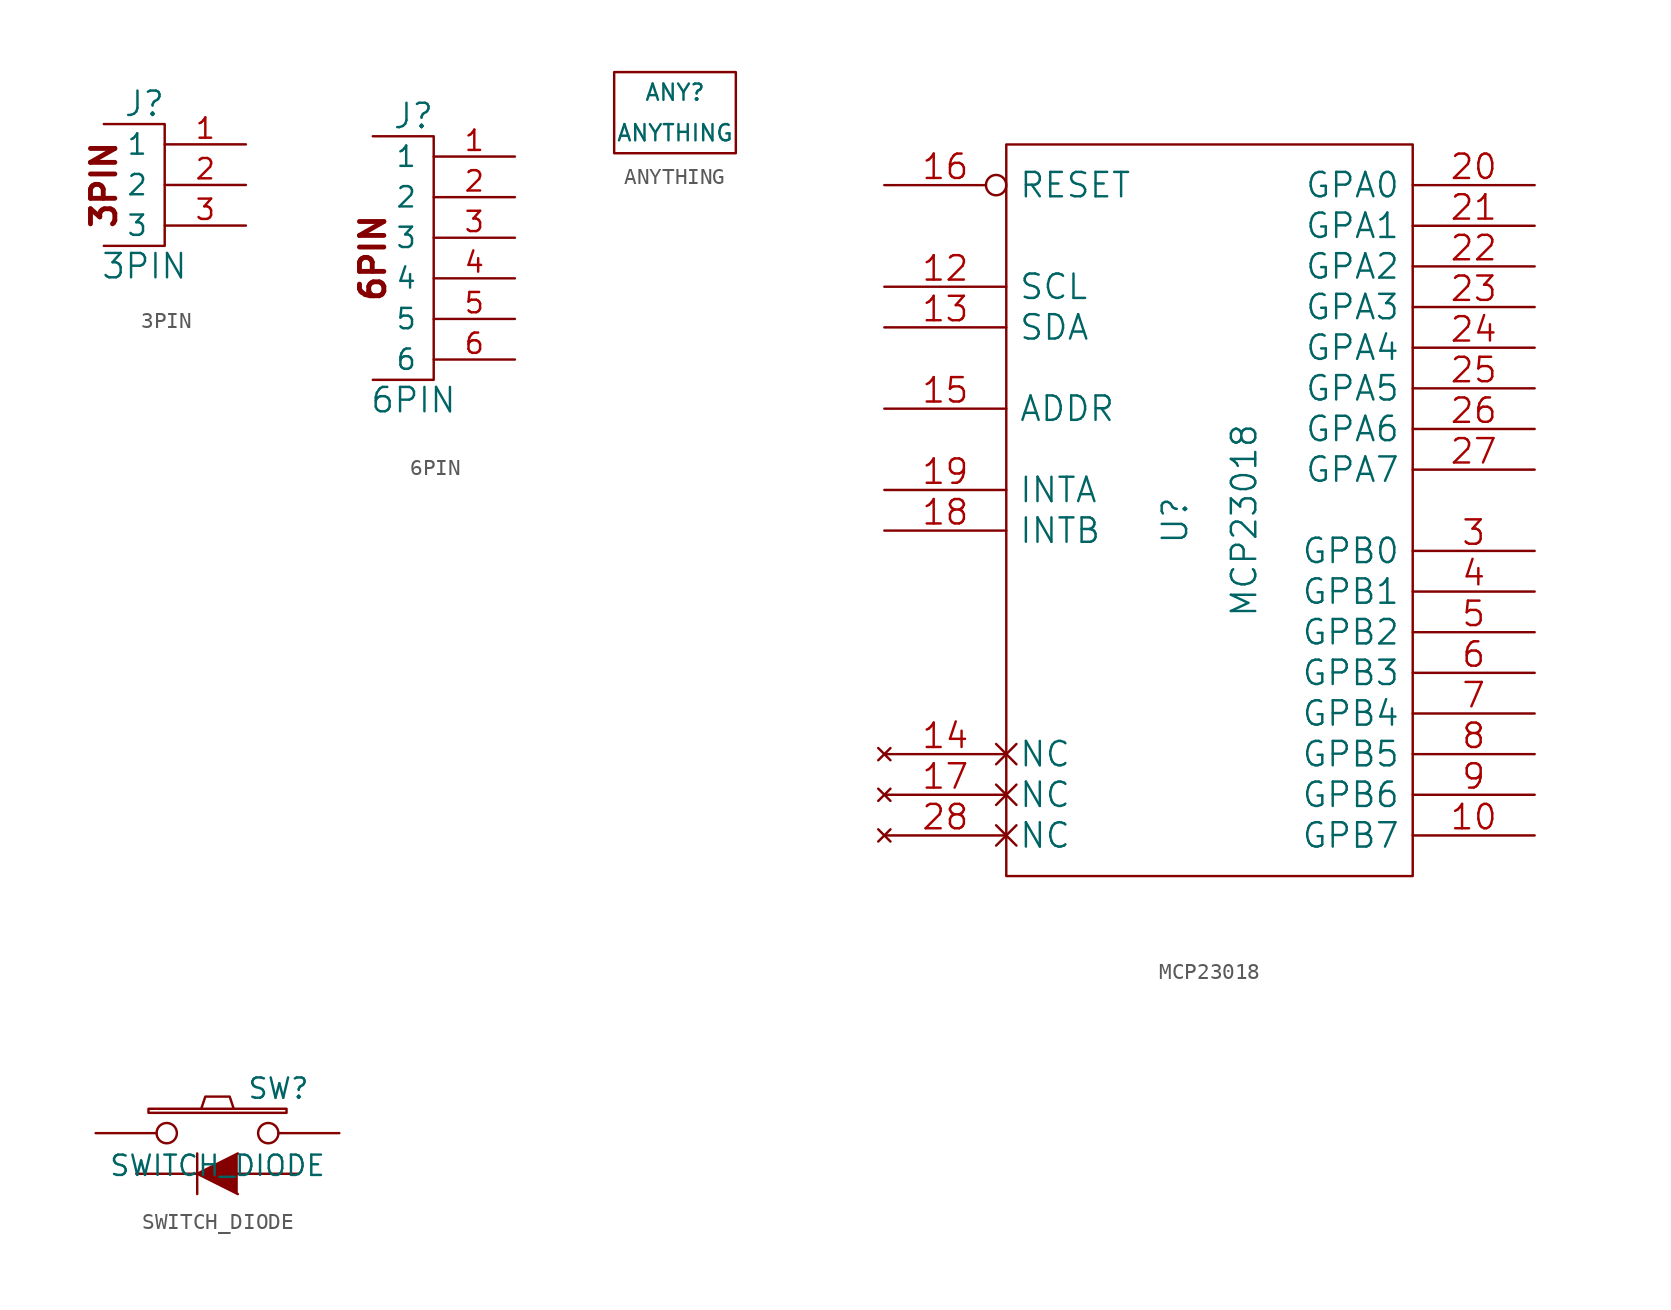
<source format=kicad_sym>
(kicad_symbol_lib
  (version 20211014)
  (generator kicad_symbol_editor)
  (symbol "3PIN"
    (pin_names
      (offset 1.016))
    (property "Reference" "J"
      (at -1.27 5.08 0)
      (effects (font (size 1.524 1.524))))
    (property "Value" "3PIN"
      (at -1.27 -5.08 0)
      (effects (font (size 1.524 1.524))))
    (symbol "3PIN_0_0"
      (text "3PIN" (at -3.81 0 900) (effects (font (size 1.524 1.524) bold))))
    (symbol "3PIN_0_1"
      (polyline (pts (xy -3.81 3.81) (xy 0 3.81) (xy 0 -3.81) (xy -3.81 -3.81)) (stroke (width 0) (type default) (color 0 0 0 0)) (fill (type none))))
    (symbol "3PIN_1_1"
      (pin input line (at 5.08 2.54 180) (length 5.08) (name "1" (effects (font (size 1.27 1.27)))) (number "1" (effects (font (size 1.27 1.27)))))
      (pin power_in line (at 5.08 0 180) (length 5.08) (name "2" (effects (font (size 1.27 1.27)))) (number "2" (effects (font (size 1.27 1.27)))))
      (pin output line (at 5.08 -2.54 180) (length 5.08) (name "3" (effects (font (size 1.27 1.27)))) (number "3" (effects (font (size 1.27 1.27)))))))
  (symbol "6PIN"
    (pin_names
      (offset 1.016))
    (property "Reference" "J"
      (at -1.27 8.89 0)
      (effects (font (size 1.524 1.524))))
    (property "Value" "6PIN"
      (at -1.27 -8.89 0)
      (effects (font (size 1.524 1.524))))
    (symbol "6PIN_0_0"
      (polyline (pts (xy -3.81 7.62) (xy 0 7.62) (xy 0 -7.62) (xy -3.81 -7.62)) (stroke (width 0) (type default) (color 0 0 0 0)) (fill (type none)))
      (text "6PIN" (at -3.81 0 900) (effects (font (size 1.524 1.524) bold))))
    (symbol "6PIN_1_1"
      (pin input line (at 5.08 6.35 180) (length 5.08) (name "1" (effects (font (size 1.27 1.27)))) (number "1" (effects (font (size 1.27 1.27)))))
      (pin power_in line (at 5.08 3.81 180) (length 5.08) (name "2" (effects (font (size 1.27 1.27)))) (number "2" (effects (font (size 1.27 1.27)))))
      (pin output line (at 5.08 1.27 180) (length 5.08) (name "3" (effects (font (size 1.27 1.27)))) (number "3" (effects (font (size 1.27 1.27)))))
      (pin power_in line (at 5.08 -1.27 180) (length 5.08) (name "4" (effects (font (size 1.27 1.27)))) (number "4" (effects (font (size 1.27 1.27)))))
      (pin input line (at 5.08 -3.81 180) (length 5.08) (name "5" (effects (font (size 1.27 1.27)))) (number "5" (effects (font (size 1.27 1.27)))))
      (pin input line (at 5.08 -6.35 180) (length 5.08) (name "6" (effects (font (size 1.27 1.27)))) (number "6" (effects (font (size 1.27 1.27)))))))
  (symbol "ANYTHING"
    (pin_numbers hide)
    (pin_names
      (offset 1.016) hide)
    (property "Reference" "ANY"
      (at 0 1.27 0)
      (effects (font (size 1.016 1.016))))
    (property "Value" "ANYTHING"
      (at 0 -1.27 0)
      (effects (font (size 1.016 1.016))))
    (symbol "ANYTHING_0_1"
      (rectangle (start -3.81 2.54) (end 3.81 -2.54) (stroke (width 0) (type default) (color 0 0 0 0)) (fill (type none))))
    (symbol "ANYTHING_1_1"
      (pin power_in line (at 0 0 90) (length 0) hide (name "GND" (effects (font (size 1.27 1.27)))) (number "0" (effects (font (size 1.27 1.27)))))))
  (symbol "MCP23018"
    (pin_names
      (offset 0.762))
    (property "Reference" "U"
      (at -1.27 -0.635 90)
      (effects (font (size 1.524 1.524)) (justify bottom)))
    (property "Value" "MCP23018"
      (at 1.27 -0.635 90)
      (effects (font (size 1.524 1.524)) (justify top)))
    (symbol "MCP23018_0_1"
      (rectangle (start -12.7 22.86) (end 12.7 -22.86) (stroke (width 0) (type default) (color 0 0 0 0)) (fill (type none))))
    (symbol "MCP23018_1_1"
      (pin power_in line (at 0 -22.86 90) (length 0) hide (name "GND" (effects (font (size 1.524 1.524)))) (number "1" (effects (font (size 1.524 1.524)))))
      (pin input line (at 20.32 -20.32 180) (length 7.62) (name "GPB7" (effects (font (size 1.524 1.524)))) (number "10" (effects (font (size 1.524 1.524)))))
      (pin power_in line (at 0 22.86 270) (length 0) hide (name "VCC" (effects (font (size 1.524 1.524)))) (number "11" (effects (font (size 1.524 1.524)))))
      (pin input line (at -20.32 13.97 0) (length 7.62) (name "SCL" (effects (font (size 1.524 1.524)))) (number "12" (effects (font (size 1.524 1.524)))))
      (pin input line (at -20.32 11.43 0) (length 7.62) (name "SDA" (effects (font (size 1.524 1.524)))) (number "13" (effects (font (size 1.524 1.524)))))
      (pin no_connect non_logic (at -20.32 -15.24 0) (length 7.62) (name "NC" (effects (font (size 1.524 1.524)))) (number "14" (effects (font (size 1.524 1.524)))))
      (pin output line (at -20.32 6.35 0) (length 7.62) (name "ADDR" (effects (font (size 1.524 1.524)))) (number "15" (effects (font (size 1.524 1.524)))))
      (pin input inverted (at -20.32 20.32 0) (length 7.62) (name "RESET" (effects (font (size 1.524 1.524)))) (number "16" (effects (font (size 1.524 1.524)))))
      (pin no_connect non_logic (at -20.32 -17.78 0) (length 7.62) (name "NC" (effects (font (size 1.524 1.524)))) (number "17" (effects (font (size 1.524 1.524)))))
      (pin input line (at -20.32 -1.27 0) (length 7.62) (name "INTB" (effects (font (size 1.524 1.524)))) (number "18" (effects (font (size 1.524 1.524)))))
      (pin input line (at -20.32 1.27 0) (length 7.62) (name "INTA" (effects (font (size 1.524 1.524)))) (number "19" (effects (font (size 1.524 1.524)))))
      (pin input line (at 20.32 20.32 180) (length 7.62) (name "GPA0" (effects (font (size 1.524 1.524)))) (number "20" (effects (font (size 1.524 1.524)))))
      (pin input line (at 20.32 17.78 180) (length 7.62) (name "GPA1" (effects (font (size 1.524 1.524)))) (number "21" (effects (font (size 1.524 1.524)))))
      (pin input line (at 20.32 15.24 180) (length 7.62) (name "GPA2" (effects (font (size 1.524 1.524)))) (number "22" (effects (font (size 1.524 1.524)))))
      (pin input line (at 20.32 12.7 180) (length 7.62) (name "GPA3" (effects (font (size 1.524 1.524)))) (number "23" (effects (font (size 1.524 1.524)))))
      (pin input line (at 20.32 10.16 180) (length 7.62) (name "GPA4" (effects (font (size 1.524 1.524)))) (number "24" (effects (font (size 1.524 1.524)))))
      (pin input line (at 20.32 7.62 180) (length 7.62) (name "GPA5" (effects (font (size 1.524 1.524)))) (number "25" (effects (font (size 1.524 1.524)))))
      (pin input line (at 20.32 5.08 180) (length 7.62) (name "GPA6" (effects (font (size 1.524 1.524)))) (number "26" (effects (font (size 1.524 1.524)))))
      (pin input line (at 20.32 2.54 180) (length 7.62) (name "GPA7" (effects (font (size 1.524 1.524)))) (number "27" (effects (font (size 1.524 1.524)))))
      (pin no_connect non_logic (at -20.32 -20.32 0) (length 7.62) (name "NC" (effects (font (size 1.524 1.524)))) (number "28" (effects (font (size 1.524 1.524)))))
      (pin output line (at 20.32 -2.54 180) (length 7.62) (name "GPB0" (effects (font (size 1.524 1.524)))) (number "3" (effects (font (size 1.524 1.524)))))
      (pin output line (at 20.32 -5.08 180) (length 7.62) (name "GPB1" (effects (font (size 1.524 1.524)))) (number "4" (effects (font (size 1.524 1.524)))))
      (pin output line (at 20.32 -7.62 180) (length 7.62) (name "GPB2" (effects (font (size 1.524 1.524)))) (number "5" (effects (font (size 1.524 1.524)))))
      (pin output line (at 20.32 -10.16 180) (length 7.62) (name "GPB3" (effects (font (size 1.524 1.524)))) (number "6" (effects (font (size 1.524 1.524)))))
      (pin output line (at 20.32 -12.7 180) (length 7.62) (name "GPB4" (effects (font (size 1.524 1.524)))) (number "7" (effects (font (size 1.524 1.524)))))
      (pin output line (at 20.32 -15.24 180) (length 7.62) (name "GPB5" (effects (font (size 1.524 1.524)))) (number "8" (effects (font (size 1.524 1.524)))))
      (pin output line (at 20.32 -17.78 180) (length 7.62) (name "GPB6" (effects (font (size 1.524 1.524)))) (number "9" (effects (font (size 1.524 1.524)))))))
  (symbol "SWITCH_DIODE"
    (pin_numbers hide)
    (pin_names
      (offset 1.016) hide)
    (property "Reference" "SW"
      (at 3.81 2.794 0)
      (effects (font (size 1.27 1.27))))
    (property "Value" "SWITCH_DIODE"
      (at 0 -2.032 0)
      (effects (font (size 1.27 1.27))))
    (symbol "SWITCH_DIODE_0_1"
      (rectangle (start -4.318 1.27) (end 4.318 1.524) (stroke (width 0) (type default) (color 0 0 0 0)) (fill (type none)))
      (polyline (pts (xy -1.27 -1.27) (xy -1.27 -3.81)) (stroke (width 0) (type default) (color 0 0 0 0)) (fill (type none)))
      (polyline (pts (xy 1.27 -1.27) (xy -1.27 -2.54) (xy 1.27 -3.81)) (stroke (width 0) (type default) (color 0 0 0 0)) (fill (type outline)))
      (polyline (pts (xy -1.016 1.524) (xy -0.762 2.286) (xy 0.762 2.286) (xy 1.016 1.524)) (stroke (width 0) (type default) (color 0 0 0 0)) (fill (type none)))
      (pin passive inverted (at -7.62 0 0) (length 5.08) (name "1" (effects (font (size 1.524 1.524)))) (number "1" (effects (font (size 1.524 1.524)))))
      (pin passive inverted (at 7.62 0 180) (length 5.08) (name "2" (effects (font (size 1.524 1.524)))) (number "2" (effects (font (size 1.524 1.524))))))
    (symbol "SWITCH_DIODE_1_1"
      (pin power_in line (at 0 0 90) (length 0) hide (name "GND" (effects (font (size 1.27 1.27)))) (number "0" (effects (font (size 1.27 1.27)))))
      (pin passive line (at 5.08 -2.54 180) (length 3.81) (name "A" (effects (font (size 1.016 1.016)))) (number "3" (effects (font (size 1.016 1.016)))))
      (pin passive line (at -5.08 -2.54 0) (length 3.81) (name "K" (effects (font (size 1.016 1.016)))) (number "4" (effects (font (size 1.016 1.016))))))))
</source>
